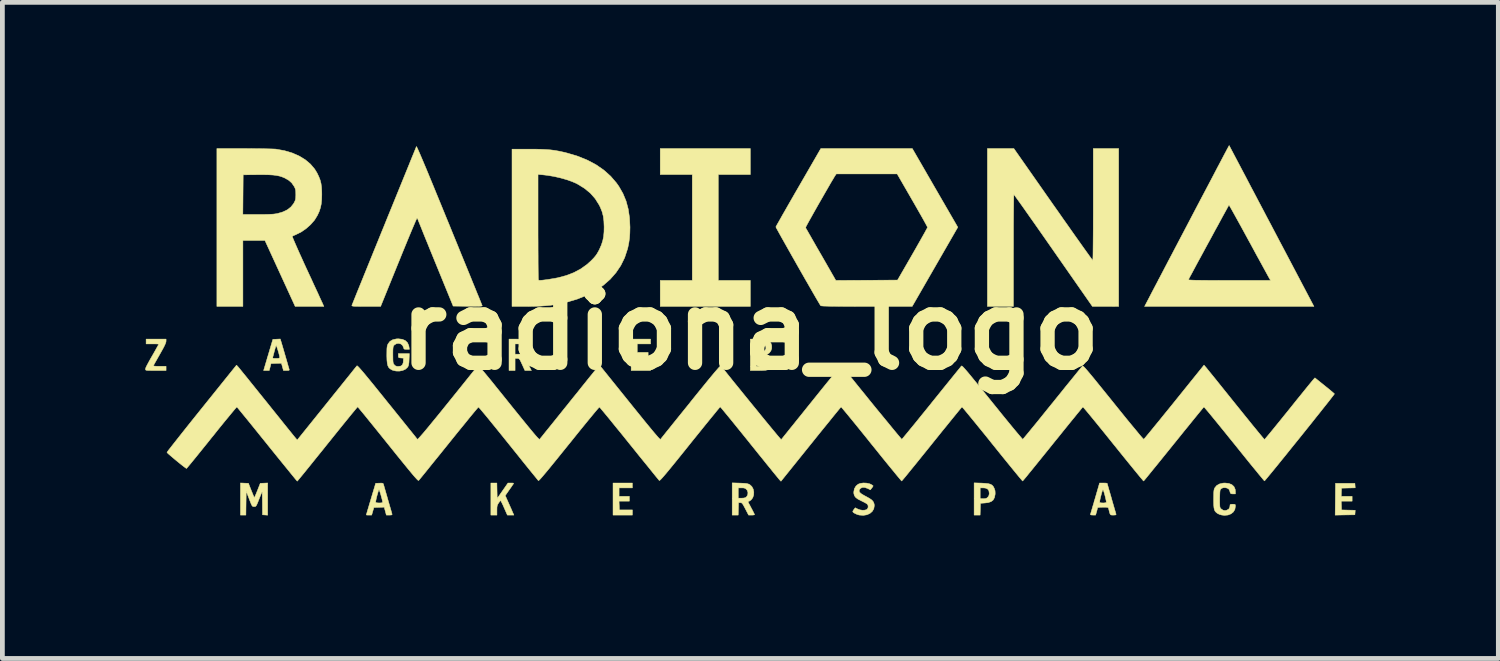
<source format=kicad_pcb>
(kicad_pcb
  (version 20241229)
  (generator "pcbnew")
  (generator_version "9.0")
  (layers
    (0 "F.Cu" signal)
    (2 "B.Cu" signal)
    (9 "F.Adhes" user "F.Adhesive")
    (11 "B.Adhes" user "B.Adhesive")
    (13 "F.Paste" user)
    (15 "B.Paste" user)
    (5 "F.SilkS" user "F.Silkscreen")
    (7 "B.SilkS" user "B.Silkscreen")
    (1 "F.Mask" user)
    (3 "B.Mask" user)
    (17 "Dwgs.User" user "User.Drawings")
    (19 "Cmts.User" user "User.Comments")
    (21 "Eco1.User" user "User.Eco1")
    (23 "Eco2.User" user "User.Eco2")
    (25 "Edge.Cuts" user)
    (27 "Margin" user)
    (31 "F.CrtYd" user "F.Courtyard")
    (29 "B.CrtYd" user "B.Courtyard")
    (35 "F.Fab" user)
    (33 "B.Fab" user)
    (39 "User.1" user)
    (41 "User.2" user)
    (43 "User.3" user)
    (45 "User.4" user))
  (footprint "radiona_logo"
    (layer "F.Cu")
    (at 12.705 3.879)
    (property "Reference" "radiona_logo" (at 0 0 0) (layer "F.SilkS") (effects (font (size 1.524 1.524) (thickness 0.3))))
    (attr through_hole)
    (fp_poly (pts (xy -2.095 0.292) (xy -2.375 0.292) (xy -2.375 0.47) (xy -2.146 0.47) (xy -2.146 0.572) (xy -2.375 0.572) (xy -2.375 0.749) (xy -2.095 0.749) (xy -2.095 0.851) (xy -2.502 0.851) (xy -2.502 0.191) (xy -2.095 0.191) (xy -2.095 0.292)) (stroke (width 0.01) (type solid)) (fill yes) (layer "F.SilkS"))
    (fp_poly (pts (xy 0 -3.264) (xy -0.673 -3.264) (xy -0.673 -1.041) (xy 0 -1.041) (xy 0 -0.495) (xy -1.892 -0.495) (xy -1.892 -1.041) (xy -1.219 -1.041) (xy -1.219 -3.264) (xy -1.892 -3.264) (xy -1.892 -3.81) (xy 0 -3.81) (xy 0 -3.264)) (stroke (width 0.01) (type solid)) (fill yes) (layer "F.SilkS"))
    (fp_poly (pts (xy -2.477 3.315) (xy -2.756 3.315) (xy -2.756 3.493) (xy -2.54 3.493) (xy -2.54 3.594) (xy -2.757 3.594) (xy -2.753 3.686) (xy -2.75 3.778) (xy -2.476 3.778) (xy -2.476 3.832) (xy -2.477 3.886) (xy -2.883 3.886) (xy -2.883 3.213) (xy -2.477 3.213) (xy -2.477 3.315)) (stroke (width 0.01) (type solid)) (fill yes) (layer "F.SilkS"))
    (fp_poly (pts (xy 12.701 3.314) (xy 12.414 3.321) (xy 12.41 3.407) (xy 12.407 3.493) (xy 12.636 3.493) (xy 12.636 3.594) (xy 12.407 3.594) (xy 12.411 3.686) (xy 12.414 3.778) (xy 12.558 3.782) (xy 12.701 3.785) (xy 12.698 3.833) (xy 12.694 3.88) (xy 12.487 3.883) (xy 12.28 3.887) (xy 12.284 3.553) (xy 12.287 3.219) (xy 12.694 3.219) (xy 12.701 3.314)) (stroke (width 0.01) (type solid)) (fill yes) (layer "F.SilkS"))
    (fp_poly (pts (xy 4.855 3.215) (xy 4.938 3.22) (xy 5 3.227) (xy 5.045 3.24) (xy 5.077 3.259) (xy 5.102 3.287) (xy 5.121 3.324) (xy 5.138 3.374) (xy 5.141 3.424) (xy 5.14 3.451) (xy 5.126 3.519) (xy 5.099 3.569) (xy 5.056 3.603) (xy 4.995 3.624) (xy 4.928 3.632) (xy 4.832 3.639) (xy 4.825 3.886) (xy 4.699 3.886) (xy 4.699 3.315) (xy 4.826 3.315) (xy 4.826 3.543) (xy 4.89 3.543) (xy 4.935 3.54) (xy 4.965 3.529) (xy 4.985 3.512) (xy 5.007 3.482) (xy 5.016 3.443) (xy 5.016 3.424) (xy 5.008 3.372) (xy 4.981 3.338) (xy 4.935 3.319) (xy 4.888 3.315) (xy 4.826 3.315) (xy 4.699 3.315) (xy 4.699 3.21) (xy 4.855 3.215)) (stroke (width 0.01) (type solid)) (fill yes) (layer "F.SilkS"))
    (fp_poly (pts (xy -5.319 3.375) (xy -5.315 3.537) (xy -5.089 3.213) (xy -5.026 3.213) (xy -4.989 3.214) (xy -4.973 3.217) (xy -4.973 3.227) (xy -4.98 3.238) (xy -4.995 3.259) (xy -5.019 3.295) (xy -5.051 3.34) (xy -5.072 3.37) (xy -5.146 3.477) (xy -5.073 3.641) (xy -5.045 3.704) (xy -5.019 3.762) (xy -4.999 3.809) (xy -4.985 3.841) (xy -4.983 3.845) (xy -4.965 3.886) (xy -5.102 3.886) (xy -5.169 3.734) (xy -5.194 3.677) (xy -5.217 3.63) (xy -5.234 3.597) (xy -5.243 3.582) (xy -5.244 3.582) (xy -5.255 3.592) (xy -5.274 3.616) (xy -5.286 3.633) (xy -5.304 3.662) (xy -5.315 3.69) (xy -5.32 3.725) (xy -5.321 3.775) (xy -5.321 3.785) (xy -5.321 3.886) (xy -5.448 3.886) (xy -5.448 3.213) (xy -5.322 3.213) (xy -5.319 3.375)) (stroke (width 0.01) (type solid)) (fill yes) (layer "F.SilkS"))
    (fp_poly (pts (xy -12.268 0.235) (xy -12.272 0.258) (xy -12.284 0.291) (xy -12.305 0.337) (xy -12.337 0.398) (xy -12.381 0.477) (xy -12.396 0.503) (xy -12.435 0.572) (xy -12.47 0.634) (xy -12.499 0.685) (xy -12.52 0.723) (xy -12.53 0.742) (xy -12.531 0.744) (xy -12.53 0.752) (xy -12.518 0.757) (xy -12.49 0.76) (xy -12.443 0.762) (xy -12.403 0.762) (xy -12.268 0.762) (xy -12.268 0.851) (xy -12.484 0.851) (xy -12.563 0.851) (xy -12.62 0.85) (xy -12.658 0.849) (xy -12.682 0.846) (xy -12.694 0.841) (xy -12.699 0.834) (xy -12.7 0.825) (xy -12.699 0.812) (xy -12.695 0.797) (xy -12.686 0.775) (xy -12.671 0.745) (xy -12.649 0.704) (xy -12.619 0.648) (xy -12.578 0.576) (xy -12.536 0.503) (xy -12.499 0.438) (xy -12.468 0.382) (xy -12.443 0.337) (xy -12.426 0.307) (xy -12.421 0.296) (xy -12.432 0.295) (xy -12.464 0.293) (xy -12.511 0.292) (xy -12.554 0.292) (xy -12.687 0.292) (xy -12.687 0.191) (xy -12.268 0.191) (xy -12.268 0.235)) (stroke (width 0.01) (type solid)) (fill yes) (layer "F.SilkS"))
    (fp_poly (pts (xy -10.135 3.888) (xy -10.243 3.88) (xy -10.245 3.645) (xy -10.246 3.57) (xy -10.247 3.503) (xy -10.248 3.449) (xy -10.249 3.413) (xy -10.249 3.397) (xy -10.254 3.404) (xy -10.266 3.43) (xy -10.284 3.472) (xy -10.306 3.526) (xy -10.314 3.546) (xy -10.339 3.611) (xy -10.358 3.656) (xy -10.372 3.684) (xy -10.385 3.7) (xy -10.397 3.707) (xy -10.412 3.708) (xy -10.419 3.708) (xy -10.436 3.708) (xy -10.449 3.703) (xy -10.461 3.692) (xy -10.474 3.669) (xy -10.49 3.631) (xy -10.512 3.575) (xy -10.523 3.546) (xy -10.585 3.385) (xy -10.589 3.635) (xy -10.592 3.886) (xy -10.706 3.886) (xy -10.706 3.212) (xy -10.622 3.216) (xy -10.538 3.219) (xy -10.479 3.369) (xy -10.456 3.425) (xy -10.437 3.472) (xy -10.422 3.504) (xy -10.414 3.518) (xy -10.414 3.518) (xy -10.407 3.507) (xy -10.393 3.476) (xy -10.374 3.431) (xy -10.352 3.376) (xy -10.349 3.369) (xy -10.29 3.219) (xy -10.212 3.216) (xy -10.135 3.212) (xy -10.135 3.888)) (stroke (width 0.01) (type solid)) (fill yes) (layer "F.SilkS"))
    (fp_poly (pts (xy -4.825 0.194) (xy -4.754 0.203) (xy -4.701 0.222) (xy -4.663 0.249) (xy -4.635 0.287) (xy -4.632 0.292) (xy -4.614 0.351) (xy -4.612 0.414) (xy -4.625 0.475) (xy -4.652 0.525) (xy -4.689 0.558) (xy -4.713 0.574) (xy -4.724 0.587) (xy -4.724 0.588) (xy -4.719 0.602) (xy -4.704 0.635) (xy -4.683 0.679) (xy -4.661 0.724) (xy -4.597 0.851) (xy -4.733 0.851) (xy -4.791 0.724) (xy -4.817 0.668) (xy -4.835 0.632) (xy -4.85 0.611) (xy -4.864 0.6) (xy -4.88 0.597) (xy -4.895 0.597) (xy -4.94 0.597) (xy -4.94 0.851) (xy -5.067 0.851) (xy -5.067 0.292) (xy -4.94 0.292) (xy -4.94 0.508) (xy -4.872 0.508) (xy -4.819 0.504) (xy -4.782 0.489) (xy -4.771 0.482) (xy -4.748 0.458) (xy -4.739 0.429) (xy -4.737 0.399) (xy -4.743 0.349) (xy -4.762 0.316) (xy -4.799 0.298) (xy -4.856 0.292) (xy -4.864 0.292) (xy -4.94 0.292) (xy -5.067 0.292) (xy -5.067 0.191) (xy -4.918 0.191) (xy -4.825 0.194)) (stroke (width 0.01) (type solid)) (fill yes) (layer "F.SilkS"))
    (fp_poly (pts (xy -0.219 3.215) (xy -0.149 3.218) (xy -0.099 3.221) (xy -0.064 3.227) (xy -0.037 3.235) (xy -0.014 3.246) (xy -0.01 3.249) (xy 0.033 3.289) (xy 0.061 3.342) (xy 0.073 3.402) (xy 0.07 3.464) (xy 0.051 3.521) (xy 0.017 3.567) (xy -0.014 3.589) (xy -0.05 3.607) (xy 0.019 3.738) (xy 0.047 3.79) (xy 0.069 3.834) (xy 0.084 3.865) (xy 0.089 3.878) (xy 0.077 3.883) (xy 0.048 3.886) (xy 0.026 3.886) (xy -0.037 3.886) (xy -0.104 3.756) (xy -0.134 3.7) (xy -0.155 3.663) (xy -0.171 3.641) (xy -0.186 3.63) (xy -0.201 3.626) (xy -0.21 3.626) (xy -0.248 3.626) (xy -0.251 3.756) (xy -0.255 3.886) (xy -0.381 3.886) (xy -0.381 3.315) (xy -0.254 3.315) (xy -0.254 3.531) (xy -0.182 3.531) (xy -0.134 3.528) (xy -0.102 3.519) (xy -0.08 3.503) (xy -0.056 3.464) (xy -0.05 3.417) (xy -0.063 3.371) (xy -0.082 3.346) (xy -0.106 3.327) (xy -0.135 3.317) (xy -0.179 3.315) (xy -0.184 3.315) (xy -0.254 3.315) (xy -0.381 3.315) (xy -0.381 3.21) (xy -0.219 3.215)) (stroke (width 0.01) (type solid)) (fill yes) (layer "F.SilkS"))
    (fp_poly (pts (xy -9.857 0.231) (xy -9.849 0.256) (xy -9.836 0.3) (xy -9.818 0.361) (xy -9.797 0.433) (xy -9.774 0.512) (xy -9.766 0.54) (xy -9.743 0.619) (xy -9.722 0.691) (xy -9.705 0.752) (xy -9.691 0.798) (xy -9.684 0.824) (xy -9.682 0.829) (xy -9.682 0.842) (xy -9.694 0.849) (xy -9.725 0.851) (xy -9.739 0.851) (xy -9.803 0.851) (xy -9.825 0.774) (xy -9.846 0.698) (xy -9.955 0.701) (xy -10.065 0.705) (xy -10.083 0.778) (xy -10.102 0.851) (xy -10.22 0.851) (xy -10.142 0.587) (xy -10.029 0.587) (xy -10.018 0.594) (xy -9.991 0.596) (xy -9.958 0.597) (xy -9.909 0.595) (xy -9.884 0.588) (xy -9.881 0.582) (xy -9.884 0.559) (xy -9.892 0.522) (xy -9.904 0.477) (xy -9.918 0.429) (xy -9.932 0.384) (xy -9.945 0.349) (xy -9.954 0.329) (xy -9.957 0.326) (xy -9.964 0.343) (xy -9.975 0.377) (xy -9.988 0.424) (xy -9.994 0.445) (xy -10.007 0.496) (xy -10.019 0.54) (xy -10.027 0.569) (xy -10.028 0.575) (xy -10.029 0.587) (xy -10.142 0.587) (xy -10.026 0.197) (xy -9.948 0.193) (xy -9.87 0.189) (xy -9.857 0.231)) (stroke (width 0.01) (type solid)) (fill yes) (layer "F.SilkS"))
    (fp_poly (pts (xy 0.156 0.191) (xy 0.221 0.193) (xy 0.28 0.196) (xy 0.328 0.201) (xy 0.354 0.207) (xy 0.402 0.235) (xy 0.433 0.278) (xy 0.449 0.33) (xy 0.449 0.385) (xy 0.432 0.437) (xy 0.399 0.481) (xy 0.37 0.501) (xy 0.337 0.519) (xy 0.371 0.532) (xy 0.412 0.56) (xy 0.44 0.605) (xy 0.455 0.66) (xy 0.453 0.719) (xy 0.438 0.767) (xy 0.42 0.798) (xy 0.398 0.82) (xy 0.367 0.835) (xy 0.323 0.845) (xy 0.263 0.849) (xy 0.182 0.851) (xy 0.173 0.851) (xy 0 0.851) (xy 0 0.572) (xy 0.127 0.572) (xy 0.127 0.762) (xy 0.197 0.762) (xy 0.243 0.76) (xy 0.273 0.751) (xy 0.297 0.733) (xy 0.299 0.731) (xy 0.324 0.691) (xy 0.329 0.647) (xy 0.313 0.606) (xy 0.305 0.597) (xy 0.283 0.581) (xy 0.25 0.574) (xy 0.203 0.572) (xy 0.127 0.572) (xy 0 0.572) (xy 0 0.292) (xy 0.127 0.292) (xy 0.127 0.47) (xy 0.202 0.47) (xy 0.247 0.468) (xy 0.274 0.462) (xy 0.293 0.449) (xy 0.304 0.436) (xy 0.327 0.392) (xy 0.325 0.35) (xy 0.305 0.318) (xy 0.283 0.302) (xy 0.25 0.294) (xy 0.203 0.292) (xy 0.127 0.292) (xy 0 0.292) (xy 0 0.191) (xy 0.156 0.191)) (stroke (width 0.01) (type solid)) (fill yes) (layer "F.SilkS"))
    (fp_poly (pts (xy 6.356 -2.635) (xy 6.465 -2.481) (xy 6.569 -2.332) (xy 6.669 -2.191) (xy 6.762 -2.058) (xy 6.849 -1.935) (xy 6.928 -1.824) (xy 6.999 -1.724) (xy 7.06 -1.639) (xy 7.11 -1.569) (xy 7.149 -1.515) (xy 7.176 -1.479) (xy 7.189 -1.462) (xy 7.19 -1.46) (xy 7.192 -1.473) (xy 7.193 -1.509) (xy 7.195 -1.567) (xy 7.196 -1.645) (xy 7.197 -1.741) (xy 7.198 -1.854) (xy 7.199 -1.982) (xy 7.2 -2.122) (xy 7.2 -2.274) (xy 7.201 -2.436) (xy 7.201 -2.605) (xy 7.201 -2.635) (xy 7.201 -3.81) (xy 7.734 -3.81) (xy 7.734 -0.495) (xy 7.458 -0.496) (xy 7.182 -0.496) (xy 6.363 -1.67) (xy 6.255 -1.825) (xy 6.151 -1.974) (xy 6.052 -2.115) (xy 5.959 -2.248) (xy 5.872 -2.371) (xy 5.794 -2.482) (xy 5.724 -2.582) (xy 5.663 -2.667) (xy 5.613 -2.737) (xy 5.574 -2.791) (xy 5.548 -2.827) (xy 5.535 -2.844) (xy 5.534 -2.845) (xy 5.533 -2.832) (xy 5.531 -2.796) (xy 5.53 -2.738) (xy 5.529 -2.66) (xy 5.528 -2.564) (xy 5.527 -2.451) (xy 5.526 -2.324) (xy 5.525 -2.183) (xy 5.525 -2.031) (xy 5.525 -1.869) (xy 5.525 -1.7) (xy 5.524 -1.67) (xy 5.524 -0.495) (xy 4.978 -0.495) (xy 4.978 -3.81) (xy 5.533 -3.81) (xy 6.356 -2.635)) (stroke (width 0.01) (type solid)) (fill yes) (layer "F.SilkS"))
    (fp_poly (pts (xy -7.72 3.218) (xy -7.708 3.227) (xy -7.704 3.235) (xy -7.699 3.253) (xy -7.688 3.292) (xy -7.672 3.348) (xy -7.652 3.417) (xy -7.629 3.496) (xy -7.614 3.55) (xy -7.59 3.633) (xy -7.568 3.709) (xy -7.549 3.773) (xy -7.535 3.823) (xy -7.526 3.855) (xy -7.523 3.864) (xy -7.523 3.877) (xy -7.535 3.884) (xy -7.566 3.886) (xy -7.58 3.886) (xy -7.643 3.886) (xy -7.665 3.803) (xy -7.688 3.72) (xy -7.796 3.724) (xy -7.904 3.727) (xy -7.928 3.807) (xy -7.951 3.886) (xy -8.008 3.886) (xy -8.042 3.886) (xy -8.062 3.884) (xy -8.064 3.883) (xy -8.061 3.871) (xy -8.051 3.837) (xy -8.036 3.785) (xy -8.016 3.719) (xy -7.993 3.64) (xy -7.983 3.609) (xy -7.867 3.609) (xy -7.867 3.621) (xy -7.851 3.627) (xy -7.818 3.631) (xy -7.791 3.632) (xy -7.749 3.63) (xy -7.728 3.624) (xy -7.722 3.613) (xy -7.725 3.591) (xy -7.733 3.554) (xy -7.746 3.507) (xy -7.759 3.458) (xy -7.773 3.413) (xy -7.786 3.376) (xy -7.794 3.355) (xy -7.797 3.353) (xy -7.804 3.364) (xy -7.814 3.394) (xy -7.827 3.437) (xy -7.841 3.486) (xy -7.853 3.535) (xy -7.862 3.578) (xy -7.867 3.609) (xy -7.983 3.609) (xy -7.967 3.554) (xy -7.966 3.55) (xy -7.867 3.219) (xy -7.789 3.216) (xy -7.745 3.215) (xy -7.72 3.218)) (stroke (width 0.01) (type solid)) (fill yes) (layer "F.SilkS"))
    (fp_poly (pts (xy 2.44 3.215) (xy 2.501 3.228) (xy 2.528 3.239) (xy 2.558 3.256) (xy 2.576 3.27) (xy 2.578 3.274) (xy 2.571 3.289) (xy 2.553 3.314) (xy 2.549 3.319) (xy 2.52 3.356) (xy 2.467 3.329) (xy 2.406 3.307) (xy 2.355 3.305) (xy 2.315 3.324) (xy 2.311 3.327) (xy 2.289 3.356) (xy 2.284 3.384) (xy 2.298 3.411) (xy 2.333 3.441) (xy 2.39 3.475) (xy 2.435 3.499) (xy 2.505 3.538) (xy 2.555 3.574) (xy 2.585 3.612) (xy 2.6 3.654) (xy 2.603 3.691) (xy 2.592 3.755) (xy 2.56 3.809) (xy 2.51 3.852) (xy 2.447 3.88) (xy 2.373 3.892) (xy 2.292 3.886) (xy 2.288 3.886) (xy 2.243 3.873) (xy 2.2 3.854) (xy 2.166 3.834) (xy 2.151 3.816) (xy 2.155 3.799) (xy 2.172 3.773) (xy 2.175 3.768) (xy 2.203 3.733) (xy 2.254 3.759) (xy 2.303 3.777) (xy 2.356 3.785) (xy 2.406 3.782) (xy 2.444 3.77) (xy 2.455 3.761) (xy 2.473 3.726) (xy 2.473 3.688) (xy 2.455 3.656) (xy 2.454 3.655) (xy 2.433 3.641) (xy 2.396 3.62) (xy 2.348 3.596) (xy 2.324 3.584) (xy 2.258 3.55) (xy 2.214 3.517) (xy 2.187 3.481) (xy 2.174 3.439) (xy 2.172 3.402) (xy 2.184 3.335) (xy 2.218 3.277) (xy 2.264 3.238) (xy 2.312 3.22) (xy 2.374 3.212) (xy 2.44 3.215)) (stroke (width 0.01) (type solid)) (fill yes) (layer "F.SilkS"))
    (fp_poly (pts (xy 10.047 3.222) (xy 10.11 3.247) (xy 10.155 3.288) (xy 10.18 3.344) (xy 10.185 3.39) (xy 10.185 3.442) (xy 10.134 3.442) (xy 10.103 3.44) (xy 10.085 3.432) (xy 10.074 3.41) (xy 10.065 3.374) (xy 10.047 3.341) (xy 10.012 3.32) (xy 9.969 3.31) (xy 9.925 3.313) (xy 9.888 3.33) (xy 9.868 3.353) (xy 9.863 3.374) (xy 9.859 3.415) (xy 9.857 3.47) (xy 9.855 3.535) (xy 9.855 3.553) (xy 9.855 3.623) (xy 9.857 3.673) (xy 9.859 3.707) (xy 9.864 3.728) (xy 9.872 3.743) (xy 9.883 3.754) (xy 9.884 3.755) (xy 9.926 3.784) (xy 9.967 3.792) (xy 10.003 3.784) (xy 10.046 3.76) (xy 10.067 3.722) (xy 10.071 3.69) (xy 10.073 3.67) (xy 10.085 3.661) (xy 10.112 3.658) (xy 10.128 3.658) (xy 10.163 3.659) (xy 10.18 3.665) (xy 10.185 3.682) (xy 10.185 3.703) (xy 10.174 3.768) (xy 10.142 3.821) (xy 10.093 3.86) (xy 10.03 3.885) (xy 9.955 3.892) (xy 9.896 3.885) (xy 9.851 3.872) (xy 9.81 3.852) (xy 9.804 3.848) (xy 9.777 3.826) (xy 9.757 3.803) (xy 9.744 3.773) (xy 9.735 3.733) (xy 9.73 3.678) (xy 9.728 3.604) (xy 9.728 3.553) (xy 9.729 3.476) (xy 9.73 3.419) (xy 9.733 3.378) (xy 9.739 3.348) (xy 9.746 3.326) (xy 9.752 3.315) (xy 9.792 3.266) (xy 9.85 3.233) (xy 9.925 3.215) (xy 9.967 3.213) (xy 10.047 3.222)) (stroke (width 0.01) (type solid)) (fill yes) (layer "F.SilkS"))
    (fp_poly (pts (xy -7.309 0.195) (xy -7.245 0.222) (xy -7.199 0.266) (xy -7.172 0.327) (xy -7.167 0.354) (xy -7.159 0.406) (xy -7.217 0.406) (xy -7.252 0.405) (xy -7.271 0.398) (xy -7.279 0.38) (xy -7.281 0.37) (xy -7.301 0.324) (xy -7.337 0.294) (xy -7.381 0.281) (xy -7.428 0.286) (xy -7.472 0.312) (xy -7.48 0.32) (xy -7.49 0.333) (xy -7.498 0.35) (xy -7.502 0.376) (xy -7.505 0.414) (xy -7.506 0.469) (xy -7.506 0.522) (xy -7.505 0.593) (xy -7.504 0.643) (xy -7.501 0.677) (xy -7.496 0.699) (xy -7.488 0.716) (xy -7.476 0.731) (xy -7.449 0.755) (xy -7.416 0.764) (xy -7.393 0.765) (xy -7.341 0.758) (xy -7.308 0.734) (xy -7.29 0.692) (xy -7.286 0.653) (xy -7.283 0.591) (xy -7.337 0.587) (xy -7.371 0.583) (xy -7.387 0.574) (xy -7.391 0.554) (xy -7.391 0.539) (xy -7.391 0.495) (xy -7.16 0.495) (xy -7.165 0.62) (xy -7.168 0.681) (xy -7.174 0.724) (xy -7.182 0.755) (xy -7.195 0.779) (xy -7.198 0.783) (xy -7.24 0.822) (xy -7.298 0.849) (xy -7.366 0.863) (xy -7.437 0.862) (xy -7.505 0.847) (xy -7.527 0.837) (xy -7.564 0.815) (xy -7.592 0.788) (xy -7.611 0.751) (xy -7.623 0.702) (xy -7.63 0.636) (xy -7.633 0.55) (xy -7.633 0.523) (xy -7.632 0.448) (xy -7.631 0.394) (xy -7.627 0.355) (xy -7.621 0.326) (xy -7.612 0.302) (xy -7.607 0.292) (xy -7.567 0.239) (xy -7.508 0.204) (xy -7.432 0.187) (xy -7.39 0.185) (xy -7.309 0.195)) (stroke (width 0.01) (type solid)) (fill yes) (layer "F.SilkS"))
    (fp_poly (pts (xy 7.454 3.214) (xy 7.483 3.217) (xy 7.493 3.22) (xy 7.496 3.233) (xy 7.506 3.267) (xy 7.52 3.317) (xy 7.538 3.38) (xy 7.559 3.451) (xy 7.581 3.528) (xy 7.603 3.607) (xy 7.625 3.682) (xy 7.645 3.751) (xy 7.662 3.809) (xy 7.675 3.854) (xy 7.679 3.864) (xy 7.679 3.877) (xy 7.667 3.884) (xy 7.636 3.886) (xy 7.621 3.886) (xy 7.592 3.886) (xy 7.572 3.883) (xy 7.559 3.873) (xy 7.549 3.852) (xy 7.538 3.814) (xy 7.524 3.756) (xy 7.524 3.756) (xy 7.519 3.739) (xy 7.511 3.729) (xy 7.494 3.724) (xy 7.463 3.721) (xy 7.412 3.721) (xy 7.403 3.721) (xy 7.342 3.723) (xy 7.304 3.727) (xy 7.29 3.734) (xy 7.29 3.735) (xy 7.286 3.754) (xy 7.278 3.789) (xy 7.27 3.818) (xy 7.25 3.886) (xy 7.192 3.886) (xy 7.155 3.884) (xy 7.14 3.876) (xy 7.141 3.87) (xy 7.146 3.854) (xy 7.157 3.817) (xy 7.173 3.763) (xy 7.193 3.694) (xy 7.217 3.614) (xy 7.218 3.608) (xy 7.334 3.608) (xy 7.335 3.62) (xy 7.351 3.628) (xy 7.383 3.631) (xy 7.421 3.632) (xy 7.454 3.628) (xy 7.473 3.621) (xy 7.474 3.62) (xy 7.474 3.603) (xy 7.468 3.57) (xy 7.458 3.525) (xy 7.446 3.476) (xy 7.433 3.428) (xy 7.42 3.387) (xy 7.41 3.36) (xy 7.404 3.353) (xy 7.397 3.364) (xy 7.386 3.394) (xy 7.373 3.437) (xy 7.36 3.486) (xy 7.348 3.535) (xy 7.339 3.578) (xy 7.334 3.608) (xy 7.218 3.608) (xy 7.24 3.534) (xy 7.333 3.213) (xy 7.413 3.213) (xy 7.454 3.214)) (stroke (width 0.01) (type solid)) (fill yes) (layer "F.SilkS"))
    (fp_poly (pts (xy -7.006 -3.846) (xy -6.992 -3.818) (xy -6.97 -3.769) (xy -6.939 -3.699) (xy -6.9 -3.608) (xy -6.852 -3.494) (xy -6.795 -3.359) (xy -6.73 -3.201) (xy -6.655 -3.02) (xy -6.572 -2.817) (xy -6.479 -2.591) (xy -6.377 -2.341) (xy -6.319 -2.201) (xy -6.239 -2.004) (xy -6.161 -1.814) (xy -6.087 -1.631) (xy -6.016 -1.458) (xy -5.949 -1.294) (xy -5.887 -1.143) (xy -5.831 -1.004) (xy -5.78 -0.88) (xy -5.736 -0.771) (xy -5.698 -0.68) (xy -5.669 -0.607) (xy -5.647 -0.553) (xy -5.634 -0.521) (xy -5.63 -0.511) (xy -5.632 -0.506) (xy -5.647 -0.502) (xy -5.676 -0.499) (xy -5.721 -0.498) (xy -5.785 -0.497) (xy -5.872 -0.498) (xy -5.932 -0.498) (xy -6.24 -0.502) (xy -6.606 -1.397) (xy -6.665 -1.541) (xy -6.721 -1.678) (xy -6.773 -1.807) (xy -6.822 -1.926) (xy -6.865 -2.033) (xy -6.902 -2.126) (xy -6.933 -2.203) (xy -6.957 -2.262) (xy -6.973 -2.302) (xy -6.98 -2.321) (xy -6.98 -2.321) (xy -6.991 -2.342) (xy -7.001 -2.346) (xy -7.007 -2.334) (xy -7.023 -2.3) (xy -7.046 -2.246) (xy -7.077 -2.174) (xy -7.114 -2.086) (xy -7.157 -1.983) (xy -7.205 -1.867) (xy -7.257 -1.74) (xy -7.313 -1.604) (xy -7.371 -1.46) (xy -7.388 -1.419) (xy -7.763 -0.495) (xy -8.068 -0.495) (xy -8.163 -0.495) (xy -8.237 -0.496) (xy -8.29 -0.497) (xy -8.327 -0.499) (xy -8.35 -0.502) (xy -8.362 -0.506) (xy -8.367 -0.511) (xy -8.366 -0.518) (xy -8.361 -0.532) (xy -8.346 -0.568) (xy -8.323 -0.625) (xy -8.292 -0.702) (xy -8.254 -0.797) (xy -8.209 -0.908) (xy -8.157 -1.035) (xy -8.1 -1.176) (xy -8.038 -1.329) (xy -7.971 -1.494) (xy -7.9 -1.669) (xy -7.825 -1.853) (xy -7.748 -2.043) (xy -7.69 -2.184) (xy -7.611 -2.38) (xy -7.534 -2.568) (xy -7.46 -2.75) (xy -7.39 -2.922) (xy -7.324 -3.084) (xy -7.263 -3.234) (xy -7.207 -3.371) (xy -7.157 -3.494) (xy -7.114 -3.601) (xy -7.077 -3.691) (xy -7.048 -3.762) (xy -7.027 -3.814) (xy -7.015 -3.844) (xy -7.012 -3.852) (xy -7.006 -3.846)) (stroke (width 0.01) (type solid)) (fill yes) (layer "F.SilkS"))
    (fp_poly (pts (xy -4.508 -3.797) (xy -4.39 -3.794) (xy -4.287 -3.789) (xy -4.195 -3.782) (xy -4.109 -3.771) (xy -4.024 -3.756) (xy -3.935 -3.737) (xy -3.841 -3.714) (xy -3.621 -3.648) (xy -3.42 -3.566) (xy -3.238 -3.469) (xy -3.076 -3.357) (xy -2.933 -3.229) (xy -2.811 -3.087) (xy -2.759 -3.013) (xy -2.674 -2.864) (xy -2.609 -2.707) (xy -2.564 -2.539) (xy -2.537 -2.358) (xy -2.527 -2.161) (xy -2.527 -2.155) (xy -2.53 -2.034) (xy -2.537 -1.929) (xy -2.551 -1.832) (xy -2.571 -1.733) (xy -2.581 -1.695) (xy -2.639 -1.519) (xy -2.72 -1.354) (xy -2.822 -1.203) (xy -2.944 -1.064) (xy -3.087 -0.939) (xy -3.249 -0.828) (xy -3.43 -0.732) (xy -3.629 -0.651) (xy -3.846 -0.586) (xy -3.989 -0.554) (xy -4.094 -0.534) (xy -4.197 -0.519) (xy -4.302 -0.509) (xy -4.414 -0.501) (xy -4.54 -0.497) (xy -4.685 -0.495) (xy -4.714 -0.495) (xy -5.004 -0.495) (xy -5.004 -2.162) (xy -4.458 -2.162) (xy -4.458 -1.997) (xy -4.457 -1.839) (xy -4.457 -1.69) (xy -4.456 -1.553) (xy -4.456 -1.428) (xy -4.455 -1.317) (xy -4.454 -1.223) (xy -4.453 -1.148) (xy -4.452 -1.093) (xy -4.45 -1.059) (xy -4.449 -1.05) (xy -4.441 -1.045) (xy -4.427 -1.042) (xy -4.403 -1.043) (xy -4.364 -1.046) (xy -4.308 -1.053) (xy -4.251 -1.06) (xy -4.049 -1.095) (xy -3.868 -1.143) (xy -3.706 -1.205) (xy -3.56 -1.283) (xy -3.43 -1.376) (xy -3.345 -1.453) (xy -3.291 -1.508) (xy -3.251 -1.555) (xy -3.22 -1.599) (xy -3.191 -1.649) (xy -3.17 -1.689) (xy -3.129 -1.782) (xy -3.1 -1.87) (xy -3.081 -1.96) (xy -3.072 -2.06) (xy -3.07 -2.165) (xy -3.075 -2.286) (xy -3.088 -2.39) (xy -3.113 -2.485) (xy -3.151 -2.579) (xy -3.175 -2.627) (xy -3.257 -2.757) (xy -3.359 -2.873) (xy -3.483 -2.975) (xy -3.628 -3.064) (xy -3.651 -3.077) (xy -3.749 -3.119) (xy -3.865 -3.159) (xy -3.993 -3.195) (xy -4.126 -3.225) (xy -4.258 -3.247) (xy -4.353 -3.258) (xy -4.458 -3.267) (xy -4.458 -2.162) (xy -5.004 -2.162) (xy -5.004 -3.797) (xy -4.647 -3.797) (xy -4.508 -3.797)) (stroke (width 0.01) (type solid)) (fill yes) (layer "F.SilkS"))
    (fp_poly (pts (xy 10.297 -3.413) (xy 10.337 -3.337) (xy 10.388 -3.241) (xy 10.448 -3.126) (xy 10.516 -2.996) (xy 10.592 -2.853) (xy 10.673 -2.698) (xy 10.76 -2.534) (xy 10.849 -2.364) (xy 10.942 -2.189) (xy 11.035 -2.012) (xy 11.128 -1.835) (xy 11.187 -1.724) (xy 11.834 -0.495) (xy 8.278 -0.495) (xy 8.373 -0.676) (xy 8.406 -0.74) (xy 8.448 -0.821) (xy 8.499 -0.918) (xy 8.557 -1.028) (xy 8.572 -1.057) (xy 9.198 -1.057) (xy 9.202 -1.054) (xy 9.216 -1.051) (xy 9.242 -1.049) (xy 9.281 -1.047) (xy 9.336 -1.045) (xy 9.407 -1.044) (xy 9.496 -1.043) (xy 9.604 -1.042) (xy 9.734 -1.042) (xy 9.885 -1.041) (xy 10.058 -1.041) (xy 10.924 -1.041) (xy 10.899 -1.083) (xy 10.889 -1.101) (xy 10.868 -1.139) (xy 10.837 -1.196) (xy 10.797 -1.269) (xy 10.749 -1.357) (xy 10.694 -1.457) (xy 10.633 -1.568) (xy 10.568 -1.688) (xy 10.5 -1.814) (xy 10.465 -1.877) (xy 10.396 -2.004) (xy 10.33 -2.125) (xy 10.269 -2.236) (xy 10.213 -2.337) (xy 10.164 -2.426) (xy 10.122 -2.501) (xy 10.089 -2.56) (xy 10.065 -2.601) (xy 10.052 -2.622) (xy 10.05 -2.625) (xy 10.043 -2.613) (xy 10.025 -2.581) (xy 9.998 -2.531) (xy 9.962 -2.465) (xy 9.918 -2.386) (xy 9.869 -2.295) (xy 9.815 -2.195) (xy 9.756 -2.089) (xy 9.696 -1.977) (xy 9.634 -1.863) (xy 9.571 -1.748) (xy 9.51 -1.635) (xy 9.451 -1.526) (xy 9.395 -1.424) (xy 9.344 -1.329) (xy 9.299 -1.245) (xy 9.261 -1.174) (xy 9.23 -1.118) (xy 9.21 -1.079) (xy 9.199 -1.059) (xy 9.198 -1.057) (xy 8.572 -1.057) (xy 8.622 -1.152) (xy 8.692 -1.286) (xy 8.767 -1.43) (xy 8.847 -1.581) (xy 8.929 -1.738) (xy 9.014 -1.9) (xy 9.101 -2.065) (xy 9.188 -2.231) (xy 9.275 -2.397) (xy 9.361 -2.561) (xy 9.445 -2.721) (xy 9.527 -2.876) (xy 9.605 -3.024) (xy 9.679 -3.164) (xy 9.747 -3.294) (xy 9.809 -3.413) (xy 9.865 -3.518) (xy 9.912 -3.608) (xy 9.951 -3.682) (xy 9.981 -3.738) (xy 10 -3.774) (xy 10.007 -3.788) (xy 10.054 -3.874) (xy 10.297 -3.413)) (stroke (width 0.01) (type solid)) (fill yes) (layer "F.SilkS"))
    (fp_poly (pts (xy -10.627 -3.81) (xy -10.504 -3.809) (xy -10.387 -3.808) (xy -10.277 -3.807) (xy -10.177 -3.805) (xy -10.092 -3.803) (xy -10.024 -3.801) (xy -9.976 -3.799) (xy -9.957 -3.797) (xy -9.78 -3.765) (xy -9.619 -3.717) (xy -9.473 -3.653) (xy -9.345 -3.575) (xy -9.236 -3.483) (xy -9.147 -3.378) (xy -9.096 -3.294) (xy -9.06 -3.218) (xy -9.033 -3.149) (xy -9.015 -3.08) (xy -9.004 -3.004) (xy -8.999 -2.914) (xy -8.998 -2.845) (xy -9.001 -2.736) (xy -9.01 -2.645) (xy -9.027 -2.565) (xy -9.053 -2.487) (xy -9.09 -2.407) (xy -9.15 -2.309) (xy -9.231 -2.216) (xy -9.327 -2.13) (xy -9.431 -2.058) (xy -9.54 -2.004) (xy -9.55 -1.999) (xy -9.586 -1.984) (xy -9.612 -1.972) (xy -9.618 -1.968) (xy -9.615 -1.955) (xy -9.602 -1.921) (xy -9.58 -1.869) (xy -9.55 -1.799) (xy -9.513 -1.715) (xy -9.47 -1.618) (xy -9.421 -1.511) (xy -9.369 -1.395) (xy -9.328 -1.306) (xy -9.271 -1.183) (xy -9.216 -1.065) (xy -9.165 -0.953) (xy -9.118 -0.852) (xy -9.076 -0.762) (xy -9.042 -0.686) (xy -9.015 -0.628) (xy -8.997 -0.588) (xy -8.99 -0.575) (xy -8.955 -0.495) (xy -9.557 -0.495) (xy -10.192 -1.88) (xy -10.655 -1.88) (xy -10.655 -0.495) (xy -11.201 -0.495) (xy -11.201 -2.426) (xy -10.656 -2.426) (xy -10.337 -2.426) (xy -10.228 -2.426) (xy -10.14 -2.427) (xy -10.07 -2.43) (xy -10.015 -2.433) (xy -9.97 -2.439) (xy -9.932 -2.445) (xy -9.928 -2.446) (xy -9.813 -2.48) (xy -9.72 -2.525) (xy -9.647 -2.583) (xy -9.59 -2.654) (xy -9.582 -2.669) (xy -9.563 -2.706) (xy -9.551 -2.739) (xy -9.546 -2.777) (xy -9.544 -2.829) (xy -9.544 -2.845) (xy -9.545 -2.901) (xy -9.549 -2.942) (xy -9.559 -2.975) (xy -9.576 -3.011) (xy -9.582 -3.02) (xy -9.629 -3.088) (xy -9.691 -3.143) (xy -9.773 -3.19) (xy -9.783 -3.195) (xy -9.835 -3.216) (xy -9.89 -3.233) (xy -9.951 -3.245) (xy -10.021 -3.254) (xy -10.106 -3.259) (xy -10.207 -3.261) (xy -10.33 -3.261) (xy -10.351 -3.261) (xy -10.649 -3.258) (xy -10.656 -2.426) (xy -11.201 -2.426) (xy -11.201 -3.81) (xy -10.627 -3.81)) (stroke (width 0.01) (type solid)) (fill yes) (layer "F.SilkS"))
    (fp_poly (pts (xy 3.878 -2.984) (xy 4.356 -2.158) (xy 3.398 -0.495) (xy 2.443 -0.495) (xy 2.257 -0.495) (xy 2.095 -0.496) (xy 1.955 -0.496) (xy 1.836 -0.497) (xy 1.737 -0.498) (xy 1.656 -0.499) (xy 1.593 -0.501) (xy 1.544 -0.502) (xy 1.51 -0.505) (xy 1.488 -0.507) (xy 1.478 -0.51) (xy 1.477 -0.511) (xy 1.465 -0.529) (xy 1.442 -0.567) (xy 1.41 -0.621) (xy 1.369 -0.691) (xy 1.321 -0.774) (xy 1.267 -0.868) (xy 1.208 -0.971) (xy 1.145 -1.08) (xy 1.08 -1.194) (xy 1.013 -1.311) (xy 0.947 -1.428) (xy 0.881 -1.544) (xy 0.818 -1.656) (xy 0.758 -1.762) (xy 0.703 -1.86) (xy 0.653 -1.948) (xy 0.611 -2.024) (xy 0.577 -2.086) (xy 0.552 -2.131) (xy 0.543 -2.15) (xy 1.159 -2.15) (xy 1.166 -2.137) (xy 1.185 -2.105) (xy 1.214 -2.054) (xy 1.252 -1.988) (xy 1.297 -1.909) (xy 1.349 -1.818) (xy 1.406 -1.718) (xy 1.468 -1.611) (xy 1.48 -1.591) (xy 1.795 -1.041) (xy 2.443 -1.044) (xy 3.091 -1.048) (xy 3.406 -1.594) (xy 3.468 -1.702) (xy 3.525 -1.803) (xy 3.578 -1.896) (xy 3.624 -1.978) (xy 3.663 -2.047) (xy 3.692 -2.101) (xy 3.712 -2.137) (xy 3.72 -2.155) (xy 3.72 -2.155) (xy 3.714 -2.169) (xy 3.697 -2.203) (xy 3.669 -2.254) (xy 3.632 -2.321) (xy 3.587 -2.401) (xy 3.535 -2.492) (xy 3.478 -2.592) (xy 3.416 -2.7) (xy 3.402 -2.724) (xy 3.083 -3.277) (xy 2.444 -3.277) (xy 1.805 -3.277) (xy 1.781 -3.242) (xy 1.765 -3.217) (xy 1.74 -3.174) (xy 1.705 -3.117) (xy 1.664 -3.046) (xy 1.618 -2.966) (xy 1.567 -2.878) (xy 1.514 -2.785) (xy 1.459 -2.69) (xy 1.405 -2.595) (xy 1.353 -2.503) (xy 1.304 -2.416) (xy 1.26 -2.337) (xy 1.222 -2.269) (xy 1.192 -2.214) (xy 1.171 -2.174) (xy 1.16 -2.153) (xy 1.159 -2.15) (xy 0.543 -2.15) (xy 0.539 -2.158) (xy 0.536 -2.165) (xy 0.543 -2.178) (xy 0.561 -2.212) (xy 0.591 -2.264) (xy 0.63 -2.333) (xy 0.677 -2.417) (xy 0.733 -2.514) (xy 0.795 -2.623) (xy 0.863 -2.741) (xy 0.935 -2.867) (xy 1.01 -2.996) (xy 1.48 -3.81) (xy 3.401 -3.81) (xy 3.878 -2.984)) (stroke (width 0.01) (type solid)) (fill yes) (layer "F.SilkS"))
    (fp_poly (pts (xy -2.534 1.524) (xy -2.413 1.674) (xy -2.306 1.806) (xy -2.214 1.92) (xy -2.135 2.016) (xy -2.069 2.096) (xy -2.014 2.162) (xy -1.97 2.213) (xy -1.937 2.251) (xy -1.912 2.277) (xy -1.896 2.292) (xy -1.888 2.296) (xy -1.886 2.295) (xy -1.876 2.283) (xy -1.852 2.252) (xy -1.814 2.205) (xy -1.764 2.142) (xy -1.702 2.066) (xy -1.632 1.978) (xy -1.552 1.879) (xy -1.466 1.772) (xy -1.373 1.657) (xy -1.275 1.536) (xy -1.252 1.506) (xy -1.133 1.358) (xy -1.029 1.23) (xy -0.939 1.119) (xy -0.862 1.025) (xy -0.797 0.947) (xy -0.744 0.883) (xy -0.701 0.834) (xy -0.668 0.796) (xy -0.644 0.771) (xy -0.628 0.756) (xy -0.619 0.751) (xy -0.617 0.752) (xy -0.588 0.79) (xy -0.546 0.842) (xy -0.494 0.908) (xy -0.432 0.985) (xy -0.363 1.072) (xy -0.286 1.166) (xy -0.205 1.266) (xy -0.12 1.371) (xy -0.033 1.478) (xy 0.055 1.586) (xy 0.142 1.692) (xy 0.226 1.796) (xy 0.307 1.895) (xy 0.383 1.987) (xy 0.452 2.071) (xy 0.513 2.144) (xy 0.564 2.206) (xy 0.605 2.254) (xy 0.633 2.286) (xy 0.647 2.301) (xy 0.648 2.302) (xy 0.657 2.291) (xy 0.681 2.262) (xy 0.718 2.215) (xy 0.768 2.154) (xy 0.828 2.078) (xy 0.899 1.991) (xy 0.977 1.893) (xy 1.064 1.786) (xy 1.156 1.671) (xy 1.253 1.55) (xy 1.283 1.513) (xy 1.401 1.366) (xy 1.505 1.237) (xy 1.594 1.127) (xy 1.671 1.033) (xy 1.735 0.955) (xy 1.789 0.891) (xy 1.832 0.84) (xy 1.865 0.802) (xy 1.89 0.776) (xy 1.907 0.759) (xy 1.918 0.752) (xy 1.923 0.752) (xy 1.948 0.785) (xy 1.986 0.833) (xy 2.035 0.895) (xy 2.094 0.969) (xy 2.162 1.053) (xy 2.236 1.145) (xy 2.316 1.244) (xy 2.4 1.347) (xy 2.486 1.454) (xy 2.573 1.561) (xy 2.66 1.668) (xy 2.745 1.771) (xy 2.827 1.871) (xy 2.904 1.964) (xy 2.974 2.05) (xy 3.036 2.125) (xy 3.089 2.189) (xy 3.132 2.24) (xy 3.162 2.275) (xy 3.178 2.293) (xy 3.181 2.295) (xy 3.191 2.284) (xy 3.215 2.256) (xy 3.253 2.21) (xy 3.303 2.15) (xy 3.364 2.075) (xy 3.435 1.989) (xy 3.514 1.892) (xy 3.6 1.785) (xy 3.692 1.672) (xy 3.789 1.552) (xy 3.806 1.53) (xy 3.904 1.409) (xy 3.997 1.294) (xy 4.085 1.185) (xy 4.166 1.085) (xy 4.238 0.996) (xy 4.301 0.918) (xy 4.354 0.853) (xy 4.394 0.804) (xy 4.421 0.77) (xy 4.434 0.755) (xy 4.435 0.755) (xy 4.441 0.755) (xy 4.452 0.763) (xy 4.469 0.779) (xy 4.494 0.806) (xy 4.527 0.843) (xy 4.57 0.893) (xy 4.622 0.956) (xy 4.685 1.033) (xy 4.761 1.125) (xy 4.849 1.234) (xy 4.951 1.36) (xy 5.068 1.505) (xy 5.079 1.519) (xy 5.178 1.641) (xy 5.272 1.758) (xy 5.361 1.867) (xy 5.442 1.966) (xy 5.516 2.056) (xy 5.58 2.133) (xy 5.634 2.197) (xy 5.676 2.246) (xy 5.704 2.279) (xy 5.719 2.294) (xy 5.72 2.295) (xy 5.73 2.284) (xy 5.755 2.256) (xy 5.793 2.21) (xy 5.843 2.15) (xy 5.904 2.075) (xy 5.975 1.989) (xy 6.054 1.892) (xy 6.14 1.785) (xy 6.232 1.671) (xy 6.329 1.551) (xy 6.346 1.531) (xy 6.443 1.41) (xy 6.537 1.294) (xy 6.624 1.185) (xy 6.705 1.086) (xy 6.778 0.996) (xy 6.841 0.918) (xy 6.893 0.854) (xy 6.934 0.804) (xy 6.961 0.771) (xy 6.974 0.756) (xy 6.975 0.755) (xy 6.98 0.755) (xy 6.991 0.762) (xy 7.007 0.777) (xy 7.031 0.802) (xy 7.062 0.837) (xy 7.102 0.884) (xy 7.152 0.944) (xy 7.213 1.017) (xy 7.285 1.106) (xy 7.37 1.211) (xy 7.469 1.333) (xy 7.582 1.473) (xy 7.619 1.519) (xy 7.718 1.642) (xy 7.812 1.758) (xy 7.9 1.867) (xy 7.982 1.967) (xy 8.056 2.056) (xy 8.12 2.133) (xy 8.173 2.198) (xy 8.215 2.247) (xy 8.244 2.279) (xy 8.259 2.294) (xy 8.26 2.295) (xy 8.27 2.284) (xy 8.295 2.256) (xy 8.333 2.21) (xy 8.383 2.15) (xy 8.444 2.075) (xy 8.515 1.988) (xy 8.595 1.891) (xy 8.681 1.784) (xy 8.774 1.67) (xy 8.872 1.549) (xy 8.9 1.514) (xy 9.526 0.737) (xy 9.561 0.778) (xy 9.575 0.794) (xy 9.603 0.829) (xy 9.644 0.88) (xy 9.698 0.946) (xy 9.762 1.025) (xy 9.835 1.116) (xy 9.916 1.217) (xy 10.003 1.325) (xy 10.096 1.441) (xy 10.191 1.559) (xy 10.287 1.678) (xy 10.378 1.791) (xy 10.464 1.897) (xy 10.542 1.994) (xy 10.613 2.08) (xy 10.673 2.154) (xy 10.723 2.214) (xy 10.761 2.26) (xy 10.786 2.288) (xy 10.796 2.299) (xy 10.796 2.299) (xy 10.806 2.289) (xy 10.83 2.261) (xy 10.867 2.217) (xy 10.916 2.158) (xy 10.975 2.086) (xy 11.043 2.002) (xy 11.119 1.909) (xy 11.201 1.807) (xy 11.288 1.7) (xy 11.304 1.68) (xy 11.392 1.57) (xy 11.476 1.465) (xy 11.555 1.368) (xy 11.626 1.28) (xy 11.689 1.202) (xy 11.742 1.137) (xy 11.784 1.086) (xy 11.813 1.051) (xy 11.828 1.034) (xy 11.828 1.033) (xy 11.855 1.005) (xy 12.058 1.168) (xy 12.119 1.217) (xy 12.174 1.262) (xy 12.218 1.299) (xy 12.249 1.326) (xy 12.264 1.34) (xy 12.264 1.341) (xy 12.257 1.353) (xy 12.235 1.382) (xy 12.2 1.427) (xy 12.153 1.488) (xy 12.095 1.561) (xy 12.028 1.645) (xy 11.954 1.739) (xy 11.872 1.841) (xy 11.786 1.95) (xy 11.696 2.062) (xy 11.603 2.178) (xy 11.51 2.294) (xy 11.416 2.41) (xy 11.324 2.524) (xy 11.236 2.634) (xy 11.151 2.738) (xy 11.073 2.835) (xy 11.001 2.923) (xy 10.938 3) (xy 10.885 3.064) (xy 10.843 3.115) (xy 10.813 3.15) (xy 10.798 3.167) (xy 10.796 3.169) (xy 10.786 3.159) (xy 10.762 3.131) (xy 10.725 3.086) (xy 10.675 3.026) (xy 10.615 2.952) (xy 10.544 2.866) (xy 10.465 2.769) (xy 10.379 2.662) (xy 10.287 2.548) (xy 10.19 2.427) (xy 10.16 2.39) (xy 10.061 2.268) (xy 9.968 2.152) (xy 9.879 2.043) (xy 9.798 1.943) (xy 9.725 1.854) (xy 9.662 1.777) (xy 9.609 1.713) (xy 9.567 1.664) (xy 9.539 1.631) (xy 9.525 1.616) (xy 9.524 1.616) (xy 9.515 1.626) (xy 9.491 1.654) (xy 9.453 1.7) (xy 9.404 1.76) (xy 9.343 1.835) (xy 9.273 1.921) (xy 9.194 2.019) (xy 9.107 2.125) (xy 9.015 2.24) (xy 8.918 2.36) (xy 8.89 2.394) (xy 8.792 2.516) (xy 8.698 2.632) (xy 8.61 2.741) (xy 8.529 2.841) (xy 8.456 2.93) (xy 8.393 3.008) (xy 8.34 3.073) (xy 8.3 3.122) (xy 8.272 3.155) (xy 8.259 3.17) (xy 8.258 3.171) (xy 8.248 3.162) (xy 8.225 3.134) (xy 8.187 3.09) (xy 8.138 3.03) (xy 8.077 2.956) (xy 8.007 2.87) (xy 7.928 2.773) (xy 7.842 2.667) (xy 7.75 2.553) (xy 7.653 2.432) (xy 7.621 2.393) (xy 7.523 2.271) (xy 7.429 2.154) (xy 7.34 2.045) (xy 7.259 1.945) (xy 7.186 1.856) (xy 7.122 1.778) (xy 7.069 1.714) (xy 7.027 1.664) (xy 6.999 1.632) (xy 6.985 1.617) (xy 6.984 1.616) (xy 6.974 1.626) (xy 6.95 1.654) (xy 6.913 1.7) (xy 6.863 1.76) (xy 6.803 1.835) (xy 6.732 1.921) (xy 6.653 2.019) (xy 6.567 2.125) (xy 6.475 2.24) (xy 6.377 2.36) (xy 6.35 2.394) (xy 6.252 2.516) (xy 6.158 2.632) (xy 6.07 2.741) (xy 5.989 2.841) (xy 5.917 2.93) (xy 5.853 3.008) (xy 5.801 3.073) (xy 5.76 3.122) (xy 5.732 3.155) (xy 5.719 3.17) (xy 5.718 3.171) (xy 5.709 3.162) (xy 5.685 3.134) (xy 5.647 3.09) (xy 5.598 3.03) (xy 5.537 2.956) (xy 5.467 2.87) (xy 5.388 2.773) (xy 5.302 2.667) (xy 5.21 2.553) (xy 5.113 2.432) (xy 5.081 2.393) (xy 4.983 2.27) (xy 4.889 2.154) (xy 4.8 2.045) (xy 4.719 1.945) (xy 4.646 1.856) (xy 4.582 1.778) (xy 4.529 1.714) (xy 4.488 1.664) (xy 4.459 1.632) (xy 4.445 1.616) (xy 4.444 1.616) (xy 4.435 1.626) (xy 4.411 1.654) (xy 4.373 1.7) (xy 4.324 1.76) (xy 4.263 1.835) (xy 4.193 1.921) (xy 4.114 2.019) (xy 4.027 2.125) (xy 3.935 2.24) (xy 3.838 2.36) (xy 3.811 2.394) (xy 3.713 2.516) (xy 3.619 2.632) (xy 3.531 2.741) (xy 3.45 2.841) (xy 3.377 2.93) (xy 3.314 3.008) (xy 3.261 3.073) (xy 3.22 3.122) (xy 3.192 3.155) (xy 3.179 3.17) (xy 3.178 3.171) (xy 3.169 3.162) (xy 3.145 3.134) (xy 3.108 3.09) (xy 3.058 3.03) (xy 2.998 2.956) (xy 2.927 2.87) (xy 2.848 2.773) (xy 2.762 2.667) (xy 2.67 2.552) (xy 2.573 2.432) (xy 2.541 2.393) (xy 2.443 2.27) (xy 2.349 2.154) (xy 2.261 2.045) (xy 2.18 1.945) (xy 2.106 1.855) (xy 2.043 1.778) (xy 1.99 1.714) (xy 1.948 1.664) (xy 1.92 1.631) (xy 1.906 1.616) (xy 1.905 1.616) (xy 1.896 1.626) (xy 1.872 1.654) (xy 1.834 1.7) (xy 1.785 1.76) (xy 1.724 1.835) (xy 1.654 1.922) (xy 1.575 2.019) (xy 1.488 2.126) (xy 1.396 2.24) (xy 1.299 2.361) (xy 1.269 2.398) (xy 0.643 3.176) (xy 0.615 3.147) (xy 0.603 3.133) (xy 0.576 3.1) (xy 0.536 3.051) (xy 0.483 2.987) (xy 0.421 2.909) (xy 0.348 2.82) (xy 0.268 2.72) (xy 0.18 2.612) (xy 0.087 2.496) (xy -0.01 2.376) (xy -0.018 2.365) (xy -0.115 2.245) (xy -0.207 2.131) (xy -0.294 2.024) (xy -0.373 1.926) (xy -0.444 1.839) (xy -0.506 1.764) (xy -0.557 1.702) (xy -0.595 1.656) (xy -0.621 1.626) (xy -0.632 1.614) (xy -0.632 1.614) (xy -0.642 1.623) (xy -0.665 1.651) (xy -0.703 1.696) (xy -0.752 1.757) (xy -0.813 1.831) (xy -0.883 1.917) (xy -0.962 2.014) (xy -1.048 2.121) (xy -1.14 2.235) (xy -1.238 2.356) (xy -1.269 2.395) (xy -1.386 2.541) (xy -1.489 2.669) (xy -1.578 2.779) (xy -1.654 2.872) (xy -1.718 2.95) (xy -1.771 3.014) (xy -1.814 3.064) (xy -1.848 3.103) (xy -1.874 3.131) (xy -1.892 3.149) (xy -1.905 3.158) (xy -1.912 3.161) (xy -1.913 3.16) (xy -1.923 3.147) (xy -1.948 3.117) (xy -1.987 3.07) (xy -2.038 3.007) (xy -2.099 2.931) (xy -2.17 2.843) (xy -2.25 2.745) (xy -2.337 2.638) (xy -2.429 2.523) (xy -2.526 2.403) (xy -2.543 2.382) (xy -2.64 2.261) (xy -2.733 2.146) (xy -2.821 2.039) (xy -2.901 1.94) (xy -2.973 1.851) (xy -3.036 1.775) (xy -3.088 1.712) (xy -3.129 1.664) (xy -3.155 1.632) (xy -3.168 1.618) (xy -3.169 1.618) (xy -3.178 1.627) (xy -3.203 1.655) (xy -3.241 1.699) (xy -3.291 1.759) (xy -3.351 1.832) (xy -3.422 1.918) (xy -3.501 2.015) (xy -3.588 2.122) (xy -3.68 2.236) (xy -3.777 2.357) (xy -3.808 2.395) (xy -3.935 2.552) (xy -4.046 2.69) (xy -4.143 2.809) (xy -4.225 2.91) (xy -4.294 2.993) (xy -4.35 3.059) (xy -4.392 3.108) (xy -4.423 3.142) (xy -4.442 3.16) (xy -4.45 3.163) (xy -4.46 3.152) (xy -4.484 3.122) (xy -4.522 3.075) (xy -4.573 3.013) (xy -4.634 2.938) (xy -4.705 2.85) (xy -4.784 2.752) (xy -4.87 2.644) (xy -4.962 2.53) (xy -5.059 2.409) (xy -5.08 2.383) (xy -5.178 2.261) (xy -5.271 2.146) (xy -5.358 2.038) (xy -5.439 1.939) (xy -5.511 1.85) (xy -5.574 1.774) (xy -5.627 1.711) (xy -5.667 1.663) (xy -5.695 1.632) (xy -5.708 1.618) (xy -5.709 1.618) (xy -5.718 1.628) (xy -5.743 1.657) (xy -5.781 1.702) (xy -5.831 1.762) (xy -5.892 1.836) (xy -5.962 1.923) (xy -6.041 2.02) (xy -6.128 2.126) (xy -6.22 2.24) (xy -6.317 2.36) (xy -6.334 2.382) (xy -6.432 2.503) (xy -6.525 2.619) (xy -6.613 2.727) (xy -6.694 2.827) (xy -6.766 2.917) (xy -6.829 2.995) (xy -6.882 3.06) (xy -6.923 3.11) (xy -6.95 3.143) (xy -6.963 3.158) (xy -6.964 3.159) (xy -6.969 3.16) (xy -6.978 3.155) (xy -6.993 3.142) (xy -7.013 3.121) (xy -7.041 3.09) (xy -7.077 3.049) (xy -7.122 2.995) (xy -7.177 2.929) (xy -7.243 2.848) (xy -7.321 2.752) (xy -7.413 2.639) (xy -7.518 2.508) (xy -7.609 2.395) (xy -7.707 2.273) (xy -7.801 2.156) (xy -7.889 2.047) (xy -7.971 1.946) (xy -8.044 1.856) (xy -8.107 1.778) (xy -8.16 1.714) (xy -8.202 1.664) (xy -8.23 1.63) (xy -8.244 1.614) (xy -8.245 1.613) (xy -8.254 1.623) (xy -8.278 1.651) (xy -8.315 1.696) (xy -8.365 1.756) (xy -8.425 1.83) (xy -8.495 1.916) (xy -8.574 2.013) (xy -8.66 2.12) (xy -8.752 2.234) (xy -8.849 2.355) (xy -8.88 2.393) (xy -8.978 2.516) (xy -9.072 2.632) (xy -9.16 2.741) (xy -9.241 2.842) (xy -9.314 2.932) (xy -9.377 3.01) (xy -9.43 3.074) (xy -9.471 3.124) (xy -9.499 3.158) (xy -9.512 3.173) (xy -9.513 3.174) (xy -9.522 3.165) (xy -9.546 3.137) (xy -9.583 3.092) (xy -9.632 3.032) (xy -9.692 2.958) (xy -9.762 2.872) (xy -9.841 2.775) (xy -9.927 2.669) (xy -10.019 2.555) (xy -10.117 2.434) (xy -10.146 2.397) (xy -10.245 2.275) (xy -10.339 2.158) (xy -10.427 2.049) (xy -10.508 1.949) (xy -10.581 1.859) (xy -10.645 1.781) (xy -10.698 1.716) (xy -10.739 1.666) (xy -10.767 1.632) (xy -10.781 1.617) (xy -10.782 1.616) (xy -10.791 1.625) (xy -10.815 1.652) (xy -10.852 1.696) (xy -10.901 1.755) (xy -10.96 1.827) (xy -11.029 1.91) (xy -11.105 2.004) (xy -11.188 2.106) (xy -11.275 2.216) (xy -11.311 2.259) (xy -11.4 2.371) (xy -11.485 2.476) (xy -11.564 2.574) (xy -11.635 2.662) (xy -11.698 2.739) (xy -11.751 2.804) (xy -11.793 2.854) (xy -11.822 2.889) (xy -11.837 2.906) (xy -11.838 2.908) (xy -11.852 2.9) (xy -11.881 2.879) (xy -11.922 2.848) (xy -11.971 2.809) (xy -12.025 2.765) (xy -12.081 2.719) (xy -12.133 2.675) (xy -12.18 2.635) (xy -12.218 2.602) (xy -12.242 2.579) (xy -12.249 2.569) (xy -12.241 2.558) (xy -12.219 2.527) (xy -12.182 2.48) (xy -12.133 2.417) (xy -12.073 2.341) (xy -12.002 2.251) (xy -11.922 2.15) (xy -11.834 2.039) (xy -11.739 1.92) (xy -11.638 1.794) (xy -11.532 1.662) (xy -11.519 1.646) (xy -10.789 0.738) (xy -10.762 0.766) (xy -10.75 0.78) (xy -10.723 0.813) (xy -10.683 0.862) (xy -10.631 0.926) (xy -10.568 1.003) (xy -10.497 1.092) (xy -10.417 1.191) (xy -10.331 1.298) (xy -10.24 1.411) (xy -10.159 1.511) (xy -10.064 1.63) (xy -9.973 1.743) (xy -9.887 1.85) (xy -9.808 1.949) (xy -9.737 2.037) (xy -9.675 2.114) (xy -9.624 2.177) (xy -9.585 2.226) (xy -9.559 2.257) (xy -9.549 2.269) (xy -9.514 2.31) (xy -8.894 1.54) (xy -8.796 1.418) (xy -8.702 1.301) (xy -8.614 1.192) (xy -8.533 1.091) (xy -8.46 1) (xy -8.396 0.921) (xy -8.344 0.855) (xy -8.303 0.804) (xy -8.275 0.77) (xy -8.261 0.753) (xy -8.261 0.752) (xy -8.255 0.752) (xy -8.243 0.762) (xy -8.223 0.781) (xy -8.196 0.811) (xy -8.159 0.853) (xy -8.112 0.908) (xy -8.055 0.977) (xy -7.985 1.062) (xy -7.903 1.162) (xy -7.808 1.28) (xy -7.698 1.416) (xy -7.626 1.506) (xy -7.527 1.628) (xy -7.433 1.745) (xy -7.345 1.854) (xy -7.264 1.955) (xy -7.191 2.046) (xy -7.127 2.125) (xy -7.074 2.191) (xy -7.033 2.242) (xy -7.006 2.277) (xy -6.992 2.294) (xy -6.991 2.295) (xy -6.985 2.293) (xy -6.97 2.28) (xy -6.947 2.255) (xy -6.914 2.218) (xy -6.871 2.169) (xy -6.818 2.106) (xy -6.753 2.028) (xy -6.678 1.936) (xy -6.59 1.829) (xy -6.49 1.706) (xy -6.377 1.566) (xy -6.25 1.409) (xy -6.109 1.234) (xy -5.954 1.041) (xy -5.784 0.829) (xy -5.727 0.759) (xy -5.723 0.755) (xy -5.717 0.755) (xy -5.709 0.759) (xy -5.697 0.768) (xy -5.68 0.785) (xy -5.657 0.809) (xy -5.627 0.843) (xy -5.589 0.887) (xy -5.543 0.943) (xy -5.486 1.012) (xy -5.418 1.095) (xy -5.339 1.194) (xy -5.245 1.31) (xy -5.138 1.443) (xy -5.074 1.523) (xy -4.953 1.673) (xy -4.847 1.804) (xy -4.755 1.917) (xy -4.676 2.014) (xy -4.61 2.094) (xy -4.556 2.159) (xy -4.512 2.211) (xy -4.478 2.249) (xy -4.453 2.275) (xy -4.436 2.291) (xy -4.427 2.296) (xy -4.425 2.296) (xy -4.415 2.283) (xy -4.39 2.253) (xy -4.352 2.206) (xy -4.302 2.143) (xy -4.241 2.068) (xy -4.17 1.98) (xy -4.091 1.882) (xy -4.005 1.775) (xy -3.914 1.661) (xy -3.817 1.542) (xy -3.814 1.537) (xy -3.717 1.416) (xy -3.624 1.302) (xy -3.538 1.193) (xy -3.458 1.094) (xy -3.386 1.004) (xy -3.323 0.927) (xy -3.271 0.862) (xy -3.231 0.812) (xy -3.205 0.78) (xy -3.193 0.765) (xy -3.193 0.765) (xy -3.169 0.735) (xy -2.534 1.524)) (stroke (width 0.01) (type solid)) (fill yes) (layer "F.SilkS")))
  (gr_rect
    (start -3 -3)
    (end 28.411 10.776)
    (stroke (width 0.1) (type default))
    (fill no)
    (layer "Edge.Cuts")))
</source>
